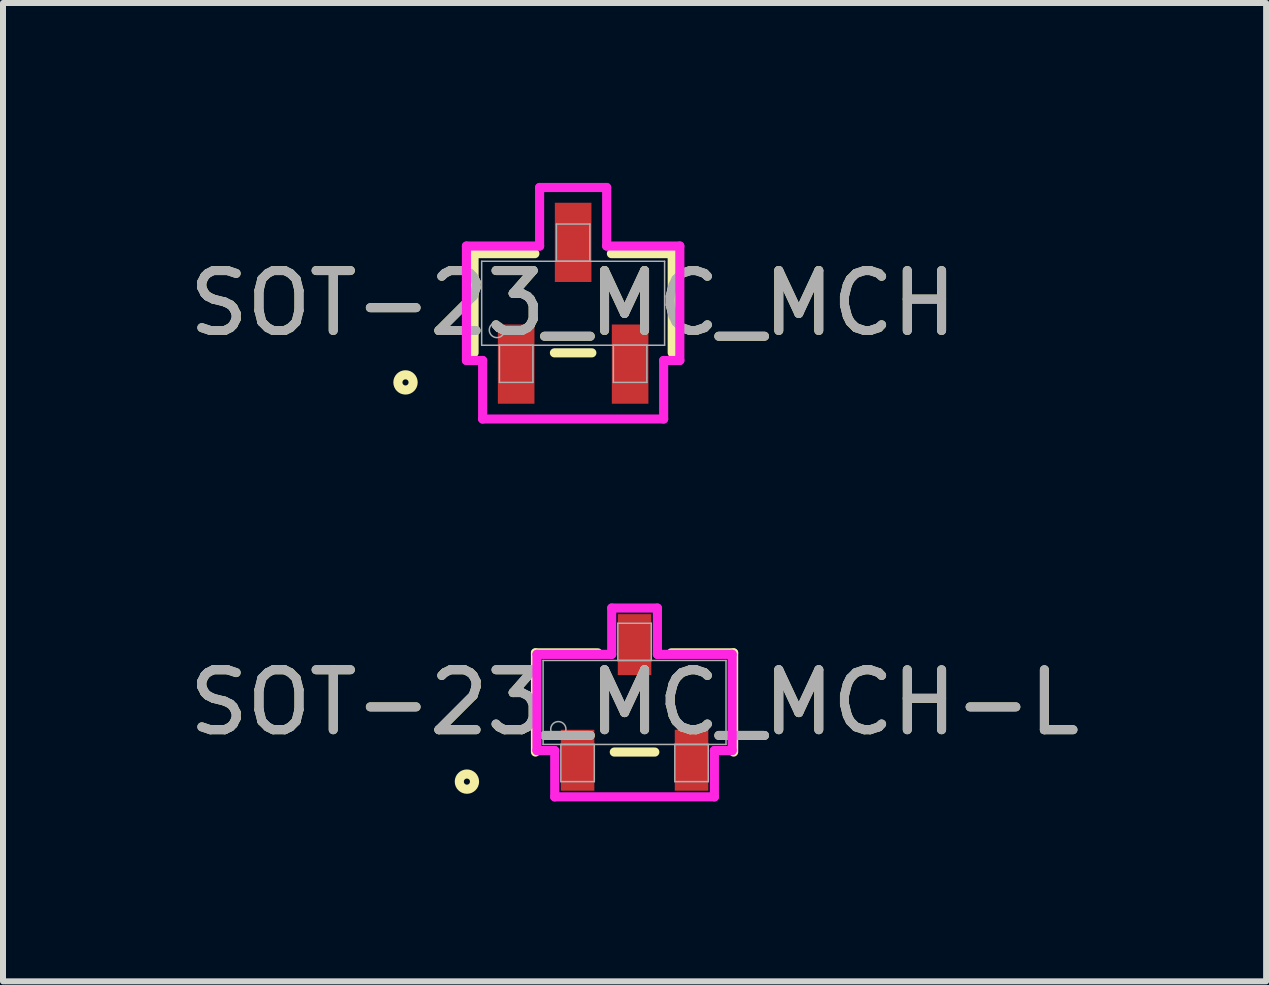
<source format=kicad_pcb>
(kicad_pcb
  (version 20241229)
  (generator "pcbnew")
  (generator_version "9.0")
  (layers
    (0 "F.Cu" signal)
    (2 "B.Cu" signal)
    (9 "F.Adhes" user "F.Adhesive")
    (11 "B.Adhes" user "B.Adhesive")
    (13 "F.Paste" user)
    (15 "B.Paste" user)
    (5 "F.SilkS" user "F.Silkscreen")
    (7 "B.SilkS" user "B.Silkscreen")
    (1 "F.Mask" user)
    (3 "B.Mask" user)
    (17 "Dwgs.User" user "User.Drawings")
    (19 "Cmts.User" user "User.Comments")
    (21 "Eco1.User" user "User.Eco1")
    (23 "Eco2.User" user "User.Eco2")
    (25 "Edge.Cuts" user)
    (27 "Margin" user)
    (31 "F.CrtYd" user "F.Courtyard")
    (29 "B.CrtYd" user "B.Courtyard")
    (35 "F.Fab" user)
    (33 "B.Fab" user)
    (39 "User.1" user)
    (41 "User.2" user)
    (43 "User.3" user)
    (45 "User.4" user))
  (footprint "SOT-23_MC_MCH"
    (layer "F.Cu")
    (at 6.506 2.006)
    (property "Reference" "SOT-23_MC_MCH" (at 0 0 0) (unlocked yes) (layer "F.SilkS") (effects (font (size 1 1) (thickness 0.15))))
    (attr smd)
    (fp_line (start -1.652 -0.827) (end -1.652 0.827) (stroke (width 0.152) (type solid)) (layer "F.SilkS"))
    (fp_line (start -0.638 -0.827) (end -1.652 -0.827) (stroke (width 0.152) (type solid)) (layer "F.SilkS"))
    (fp_line (start -0.312 0.827) (end 0.312 0.827) (stroke (width 0.152) (type solid)) (layer "F.SilkS"))
    (fp_line (start 1.652 -0.827) (end 0.638 -0.827) (stroke (width 0.152) (type solid)) (layer "F.SilkS"))
    (fp_line (start 1.652 0.827) (end 1.652 -0.827) (stroke (width 0.152) (type solid)) (layer "F.SilkS"))
    (fp_circle (center -2.795 1.32) (end -2.668 1.32) (stroke (width 0.152) (type solid)) (fill no) (layer "F.SilkS"))
    (fp_line (start -1.779 -0.954) (end -0.559 -0.954) (stroke (width 0.152) (type solid)) (layer "F.CrtYd"))
    (fp_line (start -1.779 0.954) (end -1.779 -0.954) (stroke (width 0.152) (type solid)) (layer "F.CrtYd"))
    (fp_line (start -1.779 0.954) (end -1.509 0.954) (stroke (width 0.152) (type solid)) (layer "F.CrtYd"))
    (fp_line (start -1.509 0.954) (end -1.509 1.93) (stroke (width 0.152) (type solid)) (layer "F.CrtYd"))
    (fp_line (start -1.509 1.93) (end 1.509 1.93) (stroke (width 0.152) (type solid)) (layer "F.CrtYd"))
    (fp_line (start -0.559 -1.93) (end 0.559 -1.93) (stroke (width 0.152) (type solid)) (layer "F.CrtYd"))
    (fp_line (start -0.559 -0.954) (end -0.559 -1.93) (stroke (width 0.152) (type solid)) (layer "F.CrtYd"))
    (fp_line (start 0.559 -0.954) (end 0.559 -1.93) (stroke (width 0.152) (type solid)) (layer "F.CrtYd"))
    (fp_line (start 1.509 0.954) (end 1.509 1.93) (stroke (width 0.152) (type solid)) (layer "F.CrtYd"))
    (fp_line (start 1.779 -0.954) (end 0.559 -0.954) (stroke (width 0.152) (type solid)) (layer "F.CrtYd"))
    (fp_line (start 1.779 -0.954) (end 1.779 0.954) (stroke (width 0.152) (type solid)) (layer "F.CrtYd"))
    (fp_line (start 1.779 0.954) (end 1.509 0.954) (stroke (width 0.152) (type solid)) (layer "F.CrtYd"))
    (fp_line (start -1.525 -0.7) (end -1.525 0.7) (stroke (width 0.025) (type solid)) (layer "F.Fab"))
    (fp_line (start -1.525 0.7) (end 1.525 0.7) (stroke (width 0.025) (type solid)) (layer "F.Fab"))
    (fp_line (start -1.229 0.7) (end -1.229 1.32) (stroke (width 0.025) (type solid)) (layer "F.Fab"))
    (fp_line (start -1.229 1.32) (end -0.671 1.32) (stroke (width 0.025) (type solid)) (layer "F.Fab"))
    (fp_line (start -0.671 0.7) (end -1.229 0.7) (stroke (width 0.025) (type solid)) (layer "F.Fab"))
    (fp_line (start -0.671 1.32) (end -0.671 0.7) (stroke (width 0.025) (type solid)) (layer "F.Fab"))
    (fp_line (start -0.279 -1.32) (end -0.279 -0.7) (stroke (width 0.025) (type solid)) (layer "F.Fab"))
    (fp_line (start -0.279 -0.7) (end 0.279 -0.7) (stroke (width 0.025) (type solid)) (layer "F.Fab"))
    (fp_line (start 0.279 -1.32) (end -0.279 -1.32) (stroke (width 0.025) (type solid)) (layer "F.Fab"))
    (fp_line (start 0.279 -0.7) (end 0.279 -1.32) (stroke (width 0.025) (type solid)) (layer "F.Fab"))
    (fp_line (start 0.671 0.7) (end 0.671 1.32) (stroke (width 0.025) (type solid)) (layer "F.Fab"))
    (fp_line (start 0.671 1.32) (end 1.229 1.32) (stroke (width 0.025) (type solid)) (layer "F.Fab"))
    (fp_line (start 1.229 0.7) (end 0.671 0.7) (stroke (width 0.025) (type solid)) (layer "F.Fab"))
    (fp_line (start 1.229 1.32) (end 1.229 0.7) (stroke (width 0.025) (type solid)) (layer "F.Fab"))
    (fp_line (start 1.525 -0.7) (end -1.525 -0.7) (stroke (width 0.025) (type solid)) (layer "F.Fab"))
    (fp_line (start 1.525 0.7) (end 1.525 -0.7) (stroke (width 0.025) (type solid)) (layer "F.Fab"))
    (fp_circle (center -1.271 0.446) (end -1.144 0.446) (stroke (width 0.025) (type solid)) (fill no) (layer "F.Fab"))
    (fp_text user "${REFERENCE}" (at 0 0 0) (unlocked yes) (layer "F.Fab") (effects (font (size 1 1) (thickness 0.15))))
    (pad "1" smd rect (at -0.95 1.015) (size 0.61 1.321) (layers "F.Cu" "F.Mask" "F.Paste"))
    (pad "2" smd rect (at 0.95 1.015) (size 0.61 1.321) (layers "F.Cu" "F.Mask" "F.Paste"))
    (pad "3" smd rect (at 0 -1.015) (size 0.61 1.321) (layers "F.Cu" "F.Mask" "F.Paste")))
  (footprint "SOT-23_MC_MCH-L"
    (layer "F.Cu")
    (at 7.53 8.662)
    (property "Reference" "SOT-23_MC_MCH-L" (at 0 0 0) (unlocked yes) (layer "F.SilkS") (effects (font (size 1 1) (thickness 0.15))))
    (attr smd)
    (fp_line (start -1.652 -0.827) (end -1.652 0.827) (stroke (width 0.152) (type solid)) (layer "F.SilkS"))
    (fp_line (start -0.612 -0.827) (end -1.652 -0.827) (stroke (width 0.152) (type solid)) (layer "F.SilkS"))
    (fp_line (start -0.338 0.827) (end 0.338 0.827) (stroke (width 0.152) (type solid)) (layer "F.SilkS"))
    (fp_line (start 1.652 -0.827) (end 0.612 -0.827) (stroke (width 0.152) (type solid)) (layer "F.SilkS"))
    (fp_line (start 1.652 0.827) (end 1.652 -0.827) (stroke (width 0.152) (type solid)) (layer "F.SilkS"))
    (fp_circle (center -2.795 1.32) (end -2.668 1.32) (stroke (width 0.152) (type solid)) (fill no) (layer "F.SilkS"))
    (fp_line (start -1.627 -0.802) (end -0.381 -0.802) (stroke (width 0.152) (type solid)) (layer "F.CrtYd"))
    (fp_line (start -1.627 0.802) (end -1.627 -0.802) (stroke (width 0.152) (type solid)) (layer "F.CrtYd"))
    (fp_line (start -1.627 0.802) (end -1.331 0.802) (stroke (width 0.152) (type solid)) (layer "F.CrtYd"))
    (fp_line (start -1.331 0.802) (end -1.331 1.574) (stroke (width 0.152) (type solid)) (layer "F.CrtYd"))
    (fp_line (start -1.331 1.574) (end 1.331 1.574) (stroke (width 0.152) (type solid)) (layer "F.CrtYd"))
    (fp_line (start -0.381 -1.574) (end 0.381 -1.574) (stroke (width 0.152) (type solid)) (layer "F.CrtYd"))
    (fp_line (start -0.381 -0.802) (end -0.381 -1.574) (stroke (width 0.152) (type solid)) (layer "F.CrtYd"))
    (fp_line (start 0.381 -0.802) (end 0.381 -1.574) (stroke (width 0.152) (type solid)) (layer "F.CrtYd"))
    (fp_line (start 1.331 0.802) (end 1.331 1.574) (stroke (width 0.152) (type solid)) (layer "F.CrtYd"))
    (fp_line (start 1.627 -0.802) (end 0.381 -0.802) (stroke (width 0.152) (type solid)) (layer "F.CrtYd"))
    (fp_line (start 1.627 -0.802) (end 1.627 0.802) (stroke (width 0.152) (type solid)) (layer "F.CrtYd"))
    (fp_line (start 1.627 0.802) (end 1.331 0.802) (stroke (width 0.152) (type solid)) (layer "F.CrtYd"))
    (fp_line (start -1.525 -0.7) (end -1.525 0.7) (stroke (width 0.025) (type solid)) (layer "F.Fab"))
    (fp_line (start -1.525 0.7) (end 1.525 0.7) (stroke (width 0.025) (type solid)) (layer "F.Fab"))
    (fp_line (start -1.229 0.7) (end -1.229 1.32) (stroke (width 0.025) (type solid)) (layer "F.Fab"))
    (fp_line (start -1.229 1.32) (end -0.671 1.32) (stroke (width 0.025) (type solid)) (layer "F.Fab"))
    (fp_line (start -0.671 0.7) (end -1.229 0.7) (stroke (width 0.025) (type solid)) (layer "F.Fab"))
    (fp_line (start -0.671 1.32) (end -0.671 0.7) (stroke (width 0.025) (type solid)) (layer "F.Fab"))
    (fp_line (start -0.279 -1.32) (end -0.279 -0.7) (stroke (width 0.025) (type solid)) (layer "F.Fab"))
    (fp_line (start -0.279 -0.7) (end 0.279 -0.7) (stroke (width 0.025) (type solid)) (layer "F.Fab"))
    (fp_line (start 0.279 -1.32) (end -0.279 -1.32) (stroke (width 0.025) (type solid)) (layer "F.Fab"))
    (fp_line (start 0.279 -0.7) (end 0.279 -1.32) (stroke (width 0.025) (type solid)) (layer "F.Fab"))
    (fp_line (start 0.671 0.7) (end 0.671 1.32) (stroke (width 0.025) (type solid)) (layer "F.Fab"))
    (fp_line (start 0.671 1.32) (end 1.229 1.32) (stroke (width 0.025) (type solid)) (layer "F.Fab"))
    (fp_line (start 1.229 0.7) (end 0.671 0.7) (stroke (width 0.025) (type solid)) (layer "F.Fab"))
    (fp_line (start 1.229 1.32) (end 1.229 0.7) (stroke (width 0.025) (type solid)) (layer "F.Fab"))
    (fp_line (start 1.525 -0.7) (end -1.525 -0.7) (stroke (width 0.025) (type solid)) (layer "F.Fab"))
    (fp_line (start 1.525 0.7) (end 1.525 -0.7) (stroke (width 0.025) (type solid)) (layer "F.Fab"))
    (fp_circle (center -1.271 0.446) (end -1.144 0.446) (stroke (width 0.025) (type solid)) (fill no) (layer "F.Fab"))
    (fp_text user "${REFERENCE}" (at 0 0 0) (unlocked yes) (layer "F.Fab") (effects (font (size 1 1) (thickness 0.15))))
    (pad "1" smd rect (at -0.95 0.964) (size 0.559 1.016) (layers "F.Cu" "F.Mask" "F.Paste"))
    (pad "2" smd rect (at 0.95 0.964) (size 0.559 1.016) (layers "F.Cu" "F.Mask" "F.Paste"))
    (pad "3" smd rect (at 0 -0.964) (size 0.559 1.016) (layers "F.Cu" "F.Mask" "F.Paste")))
  (gr_rect
    (start -3 -3)
    (end 18.06 13.312)
    (stroke (width 0.1) (type default))
    (fill no)
    (layer "Edge.Cuts")))
</source>
